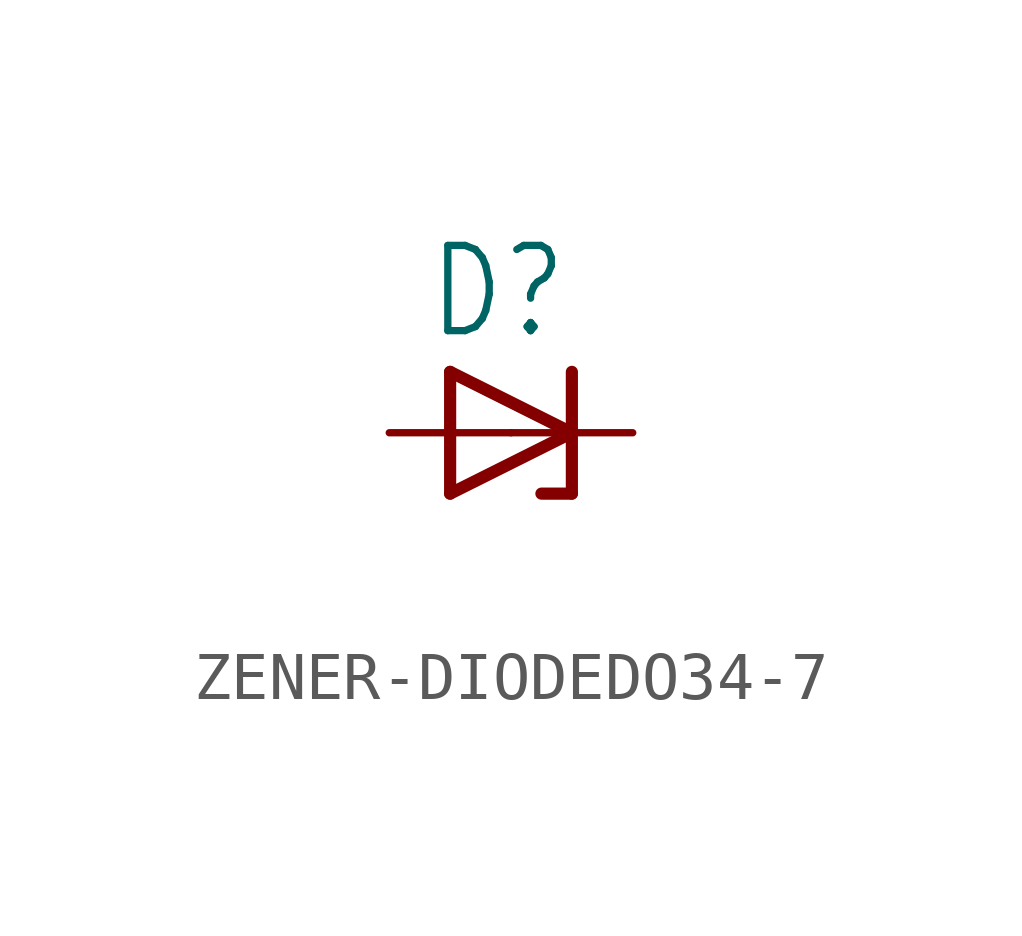
<source format=kicad_sym>
(kicad_symbol_lib
  (version 20231120)
  (generator "kicad_symbol_editor")
  (generator_version "8.0")
  (symbol "ZENER-DIODEDO34-7"
    (property "Reference" "D"
      (at -1.778 1.905 0)
      (effects (font (size 1.778 1.511)) (justify left bottom)))
    (property "Value" ""
      (at -1.778 -3.429 0)
      (effects (font (size 1.778 1.511)) (justify left bottom)))
    (property "ki_locked" ""
      (at 0 0 0)
      (effects (font (size 1.27 1.27))))
    (symbol "ZENER-DIODEDO34-7_1_0"
      (polyline (pts (xy -1.27 -1.27) (xy 1.27 0)) (stroke (width 0.254) (type solid)) (fill (type none)))
      (polyline (pts (xy -1.27 1.27) (xy -1.27 -1.27)) (stroke (width 0.254) (type solid)) (fill (type none)))
      (polyline (pts (xy 1.27 -1.27) (xy 0.635 -1.27)) (stroke (width 0.254) (type solid)) (fill (type none)))
      (polyline (pts (xy 1.27 0) (xy -1.27 1.27)) (stroke (width 0.254) (type solid)) (fill (type none)))
      (polyline (pts (xy 1.27 0) (xy 1.27 -1.27)) (stroke (width 0.254) (type solid)) (fill (type none)))
      (polyline (pts (xy 1.27 1.27) (xy 1.27 0)) (stroke (width 0.254) (type solid)) (fill (type none)))
      (pin passive line (at -2.54 0 0) (length 2.54) (name "A" (effects (font (size 0 0)))) (number "A" (effects (font (size 0 0)))))
      (pin passive line (at 2.54 0 180) (length 2.54) (name "C" (effects (font (size 0 0)))) (number "C" (effects (font (size 0 0))))))))
</source>
